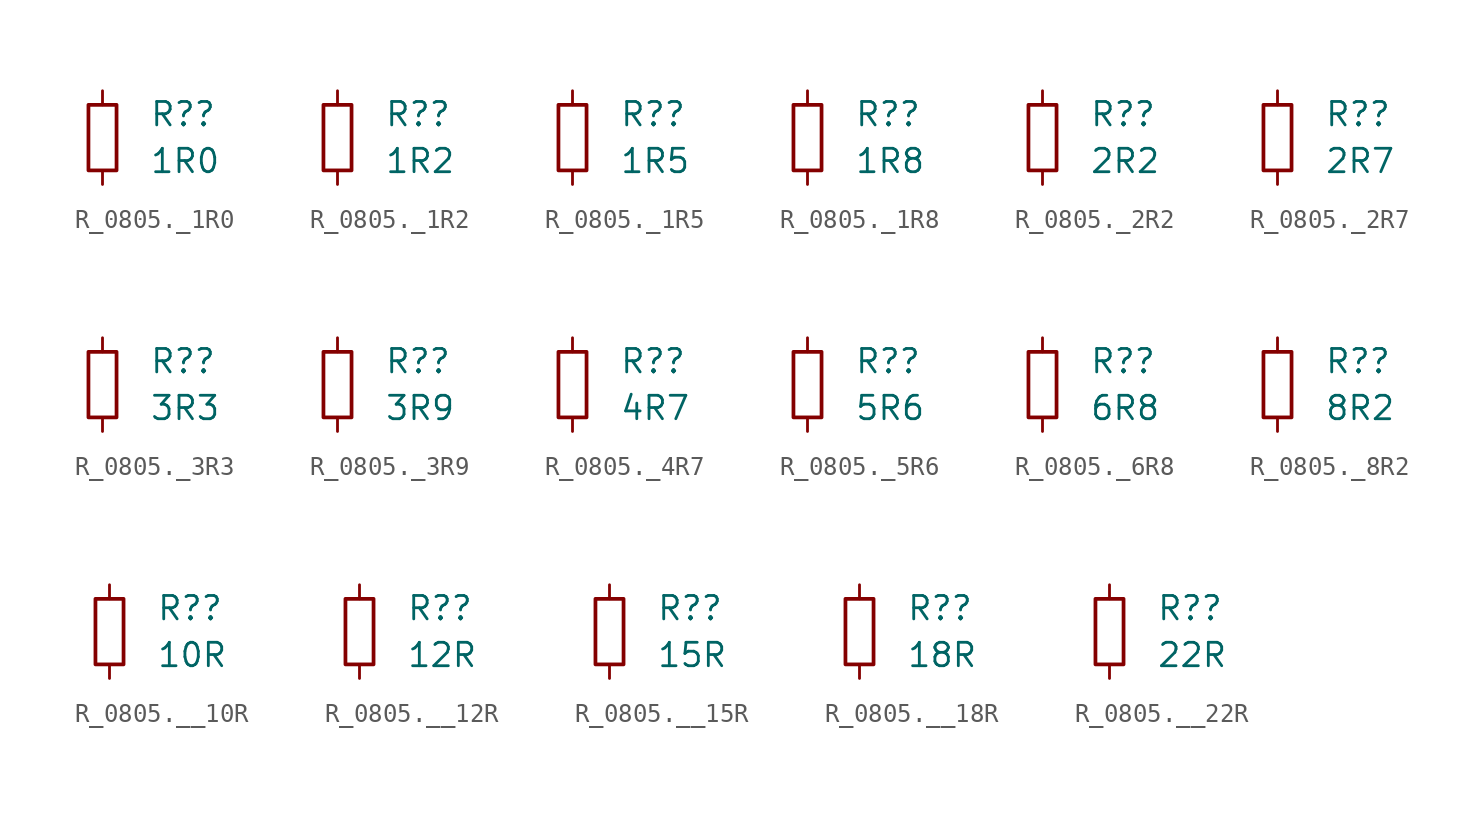
<source format=kicad_sym>
(kicad_symbol_lib
  (version 20231120)
  (generator "kicad_symbol_editor")
  (generator_version "8.0")
  (symbol "R_0805._1R0"
    (pin_numbers hide)
    (pin_names
      (offset 0.254) hide)
    (property "Reference" "R?"
      (at 2.54 1.27 0)
      (effects (font (size 1.27 1.27)) (justify left)))
    (property "Value" "1R0"
      (at 2.54 -1.27 0)
      (effects (font (size 1.27 1.27)) (justify left)))
    (symbol "R_0805._1R0_0_1"
      (rectangle (start -0.762 1.778) (end 0.762 -1.778) (stroke (width 0.203) (type default)) (fill (type none))))
    (symbol "R_0805._1R0_1_1"
      (pin passive line (at 0 2.54 270) (length 0.762) (name "~" (effects (font (size 1.27 1.27)))) (number "1" (effects (font (size 1.27 1.27)))))
      (pin passive line (at 0 -2.54 90) (length 0.762) (name "~" (effects (font (size 1.27 1.27)))) (number "2" (effects (font (size 1.27 1.27)))))))
  (symbol "R_0805._1R2"
    (pin_numbers hide)
    (pin_names
      (offset 0.254) hide)
    (property "Reference" "R?"
      (at 2.54 1.27 0)
      (effects (font (size 1.27 1.27)) (justify left)))
    (property "Value" "1R2"
      (at 2.54 -1.27 0)
      (effects (font (size 1.27 1.27)) (justify left)))
    (symbol "R_0805._1R2_0_1"
      (rectangle (start -0.762 1.778) (end 0.762 -1.778) (stroke (width 0.203) (type default)) (fill (type none))))
    (symbol "R_0805._1R2_1_1"
      (pin passive line (at 0 2.54 270) (length 0.762) (name "~" (effects (font (size 1.27 1.27)))) (number "1" (effects (font (size 1.27 1.27)))))
      (pin passive line (at 0 -2.54 90) (length 0.762) (name "~" (effects (font (size 1.27 1.27)))) (number "2" (effects (font (size 1.27 1.27)))))))
  (symbol "R_0805._1R5"
    (pin_numbers hide)
    (pin_names
      (offset 0.254) hide)
    (property "Reference" "R?"
      (at 2.54 1.27 0)
      (effects (font (size 1.27 1.27)) (justify left)))
    (property "Value" "1R5"
      (at 2.54 -1.27 0)
      (effects (font (size 1.27 1.27)) (justify left)))
    (symbol "R_0805._1R5_0_1"
      (rectangle (start -0.762 1.778) (end 0.762 -1.778) (stroke (width 0.203) (type default)) (fill (type none))))
    (symbol "R_0805._1R5_1_1"
      (pin passive line (at 0 2.54 270) (length 0.762) (name "~" (effects (font (size 1.27 1.27)))) (number "1" (effects (font (size 1.27 1.27)))))
      (pin passive line (at 0 -2.54 90) (length 0.762) (name "~" (effects (font (size 1.27 1.27)))) (number "2" (effects (font (size 1.27 1.27)))))))
  (symbol "R_0805._1R8"
    (pin_numbers hide)
    (pin_names
      (offset 0.254) hide)
    (property "Reference" "R?"
      (at 2.54 1.27 0)
      (effects (font (size 1.27 1.27)) (justify left)))
    (property "Value" "1R8"
      (at 2.54 -1.27 0)
      (effects (font (size 1.27 1.27)) (justify left)))
    (symbol "R_0805._1R8_0_1"
      (rectangle (start -0.762 1.778) (end 0.762 -1.778) (stroke (width 0.203) (type default)) (fill (type none))))
    (symbol "R_0805._1R8_1_1"
      (pin passive line (at 0 2.54 270) (length 0.762) (name "~" (effects (font (size 1.27 1.27)))) (number "1" (effects (font (size 1.27 1.27)))))
      (pin passive line (at 0 -2.54 90) (length 0.762) (name "~" (effects (font (size 1.27 1.27)))) (number "2" (effects (font (size 1.27 1.27)))))))
  (symbol "R_0805._2R2"
    (pin_numbers hide)
    (pin_names
      (offset 0.254) hide)
    (property "Reference" "R?"
      (at 2.54 1.27 0)
      (effects (font (size 1.27 1.27)) (justify left)))
    (property "Value" "2R2"
      (at 2.54 -1.27 0)
      (effects (font (size 1.27 1.27)) (justify left)))
    (symbol "R_0805._2R2_0_1"
      (rectangle (start -0.762 1.778) (end 0.762 -1.778) (stroke (width 0.203) (type default)) (fill (type none))))
    (symbol "R_0805._2R2_1_1"
      (pin passive line (at 0 2.54 270) (length 0.762) (name "~" (effects (font (size 1.27 1.27)))) (number "1" (effects (font (size 1.27 1.27)))))
      (pin passive line (at 0 -2.54 90) (length 0.762) (name "~" (effects (font (size 1.27 1.27)))) (number "2" (effects (font (size 1.27 1.27)))))))
  (symbol "R_0805._2R7"
    (pin_numbers hide)
    (pin_names
      (offset 0.254) hide)
    (property "Reference" "R?"
      (at 2.54 1.27 0)
      (effects (font (size 1.27 1.27)) (justify left)))
    (property "Value" "2R7"
      (at 2.54 -1.27 0)
      (effects (font (size 1.27 1.27)) (justify left)))
    (symbol "R_0805._2R7_0_1"
      (rectangle (start -0.762 1.778) (end 0.762 -1.778) (stroke (width 0.203) (type default)) (fill (type none))))
    (symbol "R_0805._2R7_1_1"
      (pin passive line (at 0 2.54 270) (length 0.762) (name "~" (effects (font (size 1.27 1.27)))) (number "1" (effects (font (size 1.27 1.27)))))
      (pin passive line (at 0 -2.54 90) (length 0.762) (name "~" (effects (font (size 1.27 1.27)))) (number "2" (effects (font (size 1.27 1.27)))))))
  (symbol "R_0805._3R3"
    (pin_numbers hide)
    (pin_names
      (offset 0.254) hide)
    (property "Reference" "R?"
      (at 2.54 1.27 0)
      (effects (font (size 1.27 1.27)) (justify left)))
    (property "Value" "3R3"
      (at 2.54 -1.27 0)
      (effects (font (size 1.27 1.27)) (justify left)))
    (symbol "R_0805._3R3_0_1"
      (rectangle (start -0.762 1.778) (end 0.762 -1.778) (stroke (width 0.203) (type default)) (fill (type none))))
    (symbol "R_0805._3R3_1_1"
      (pin passive line (at 0 2.54 270) (length 0.762) (name "~" (effects (font (size 1.27 1.27)))) (number "1" (effects (font (size 1.27 1.27)))))
      (pin passive line (at 0 -2.54 90) (length 0.762) (name "~" (effects (font (size 1.27 1.27)))) (number "2" (effects (font (size 1.27 1.27)))))))
  (symbol "R_0805._3R9"
    (pin_numbers hide)
    (pin_names
      (offset 0.254) hide)
    (property "Reference" "R?"
      (at 2.54 1.27 0)
      (effects (font (size 1.27 1.27)) (justify left)))
    (property "Value" "3R9"
      (at 2.54 -1.27 0)
      (effects (font (size 1.27 1.27)) (justify left)))
    (symbol "R_0805._3R9_0_1"
      (rectangle (start -0.762 1.778) (end 0.762 -1.778) (stroke (width 0.203) (type default)) (fill (type none))))
    (symbol "R_0805._3R9_1_1"
      (pin passive line (at 0 2.54 270) (length 0.762) (name "~" (effects (font (size 1.27 1.27)))) (number "1" (effects (font (size 1.27 1.27)))))
      (pin passive line (at 0 -2.54 90) (length 0.762) (name "~" (effects (font (size 1.27 1.27)))) (number "2" (effects (font (size 1.27 1.27)))))))
  (symbol "R_0805._4R7"
    (pin_numbers hide)
    (pin_names
      (offset 0.254) hide)
    (property "Reference" "R?"
      (at 2.54 1.27 0)
      (effects (font (size 1.27 1.27)) (justify left)))
    (property "Value" "4R7"
      (at 2.54 -1.27 0)
      (effects (font (size 1.27 1.27)) (justify left)))
    (symbol "R_0805._4R7_0_1"
      (rectangle (start -0.762 1.778) (end 0.762 -1.778) (stroke (width 0.203) (type default)) (fill (type none))))
    (symbol "R_0805._4R7_1_1"
      (pin passive line (at 0 2.54 270) (length 0.762) (name "~" (effects (font (size 1.27 1.27)))) (number "1" (effects (font (size 1.27 1.27)))))
      (pin passive line (at 0 -2.54 90) (length 0.762) (name "~" (effects (font (size 1.27 1.27)))) (number "2" (effects (font (size 1.27 1.27)))))))
  (symbol "R_0805._5R6"
    (pin_numbers hide)
    (pin_names
      (offset 0.254) hide)
    (property "Reference" "R?"
      (at 2.54 1.27 0)
      (effects (font (size 1.27 1.27)) (justify left)))
    (property "Value" "5R6"
      (at 2.54 -1.27 0)
      (effects (font (size 1.27 1.27)) (justify left)))
    (symbol "R_0805._5R6_0_1"
      (rectangle (start -0.762 1.778) (end 0.762 -1.778) (stroke (width 0.203) (type default)) (fill (type none))))
    (symbol "R_0805._5R6_1_1"
      (pin passive line (at 0 2.54 270) (length 0.762) (name "~" (effects (font (size 1.27 1.27)))) (number "1" (effects (font (size 1.27 1.27)))))
      (pin passive line (at 0 -2.54 90) (length 0.762) (name "~" (effects (font (size 1.27 1.27)))) (number "2" (effects (font (size 1.27 1.27)))))))
  (symbol "R_0805._6R8"
    (pin_numbers hide)
    (pin_names
      (offset 0.254) hide)
    (property "Reference" "R?"
      (at 2.54 1.27 0)
      (effects (font (size 1.27 1.27)) (justify left)))
    (property "Value" "6R8"
      (at 2.54 -1.27 0)
      (effects (font (size 1.27 1.27)) (justify left)))
    (symbol "R_0805._6R8_0_1"
      (rectangle (start -0.762 1.778) (end 0.762 -1.778) (stroke (width 0.203) (type default)) (fill (type none))))
    (symbol "R_0805._6R8_1_1"
      (pin passive line (at 0 2.54 270) (length 0.762) (name "~" (effects (font (size 1.27 1.27)))) (number "1" (effects (font (size 1.27 1.27)))))
      (pin passive line (at 0 -2.54 90) (length 0.762) (name "~" (effects (font (size 1.27 1.27)))) (number "2" (effects (font (size 1.27 1.27)))))))
  (symbol "R_0805._8R2"
    (pin_numbers hide)
    (pin_names
      (offset 0.254) hide)
    (property "Reference" "R?"
      (at 2.54 1.27 0)
      (effects (font (size 1.27 1.27)) (justify left)))
    (property "Value" "8R2"
      (at 2.54 -1.27 0)
      (effects (font (size 1.27 1.27)) (justify left)))
    (symbol "R_0805._8R2_0_1"
      (rectangle (start -0.762 1.778) (end 0.762 -1.778) (stroke (width 0.203) (type default)) (fill (type none))))
    (symbol "R_0805._8R2_1_1"
      (pin passive line (at 0 2.54 270) (length 0.762) (name "~" (effects (font (size 1.27 1.27)))) (number "1" (effects (font (size 1.27 1.27)))))
      (pin passive line (at 0 -2.54 90) (length 0.762) (name "~" (effects (font (size 1.27 1.27)))) (number "2" (effects (font (size 1.27 1.27)))))))
  (symbol "R_0805.__10R"
    (pin_numbers hide)
    (pin_names
      (offset 0.254) hide)
    (property "Reference" "R?"
      (at 2.54 1.27 0)
      (effects (font (size 1.27 1.27)) (justify left)))
    (property "Value" "10R"
      (at 2.54 -1.27 0)
      (effects (font (size 1.27 1.27)) (justify left)))
    (symbol "R_0805.__10R_0_1"
      (rectangle (start -0.762 1.778) (end 0.762 -1.778) (stroke (width 0.203) (type default)) (fill (type none))))
    (symbol "R_0805.__10R_1_1"
      (pin passive line (at 0 2.54 270) (length 0.762) (name "~" (effects (font (size 1.27 1.27)))) (number "1" (effects (font (size 1.27 1.27)))))
      (pin passive line (at 0 -2.54 90) (length 0.762) (name "~" (effects (font (size 1.27 1.27)))) (number "2" (effects (font (size 1.27 1.27)))))))
  (symbol "R_0805.__12R"
    (pin_numbers hide)
    (pin_names
      (offset 0.254) hide)
    (property "Reference" "R?"
      (at 2.54 1.27 0)
      (effects (font (size 1.27 1.27)) (justify left)))
    (property "Value" "12R"
      (at 2.54 -1.27 0)
      (effects (font (size 1.27 1.27)) (justify left)))
    (symbol "R_0805.__12R_0_1"
      (rectangle (start -0.762 1.778) (end 0.762 -1.778) (stroke (width 0.203) (type default)) (fill (type none))))
    (symbol "R_0805.__12R_1_1"
      (pin passive line (at 0 2.54 270) (length 0.762) (name "~" (effects (font (size 1.27 1.27)))) (number "1" (effects (font (size 1.27 1.27)))))
      (pin passive line (at 0 -2.54 90) (length 0.762) (name "~" (effects (font (size 1.27 1.27)))) (number "2" (effects (font (size 1.27 1.27)))))))
  (symbol "R_0805.__15R"
    (pin_numbers hide)
    (pin_names
      (offset 0.254) hide)
    (property "Reference" "R?"
      (at 2.54 1.27 0)
      (effects (font (size 1.27 1.27)) (justify left)))
    (property "Value" "15R"
      (at 2.54 -1.27 0)
      (effects (font (size 1.27 1.27)) (justify left)))
    (symbol "R_0805.__15R_0_1"
      (rectangle (start -0.762 1.778) (end 0.762 -1.778) (stroke (width 0.203) (type default)) (fill (type none))))
    (symbol "R_0805.__15R_1_1"
      (pin passive line (at 0 2.54 270) (length 0.762) (name "~" (effects (font (size 1.27 1.27)))) (number "1" (effects (font (size 1.27 1.27)))))
      (pin passive line (at 0 -2.54 90) (length 0.762) (name "~" (effects (font (size 1.27 1.27)))) (number "2" (effects (font (size 1.27 1.27)))))))
  (symbol "R_0805.__18R"
    (pin_numbers hide)
    (pin_names
      (offset 0.254) hide)
    (property "Reference" "R?"
      (at 2.54 1.27 0)
      (effects (font (size 1.27 1.27)) (justify left)))
    (property "Value" "18R"
      (at 2.54 -1.27 0)
      (effects (font (size 1.27 1.27)) (justify left)))
    (symbol "R_0805.__18R_0_1"
      (rectangle (start -0.762 1.778) (end 0.762 -1.778) (stroke (width 0.203) (type default)) (fill (type none))))
    (symbol "R_0805.__18R_1_1"
      (pin passive line (at 0 2.54 270) (length 0.762) (name "~" (effects (font (size 1.27 1.27)))) (number "1" (effects (font (size 1.27 1.27)))))
      (pin passive line (at 0 -2.54 90) (length 0.762) (name "~" (effects (font (size 1.27 1.27)))) (number "2" (effects (font (size 1.27 1.27)))))))
  (symbol "R_0805.__22R"
    (pin_numbers hide)
    (pin_names
      (offset 0.254) hide)
    (property "Reference" "R?"
      (at 2.54 1.27 0)
      (effects (font (size 1.27 1.27)) (justify left)))
    (property "Value" "22R"
      (at 2.54 -1.27 0)
      (effects (font (size 1.27 1.27)) (justify left)))
    (symbol "R_0805.__22R_0_1"
      (rectangle (start -0.762 1.778) (end 0.762 -1.778) (stroke (width 0.203) (type default)) (fill (type none))))
    (symbol "R_0805.__22R_1_1"
      (pin passive line (at 0 2.54 270) (length 0.762) (name "~" (effects (font (size 1.27 1.27)))) (number "1" (effects (font (size 1.27 1.27)))))
      (pin passive line (at 0 -2.54 90) (length 0.762) (name "~" (effects (font (size 1.27 1.27)))) (number "2" (effects (font (size 1.27 1.27))))))))
</source>
